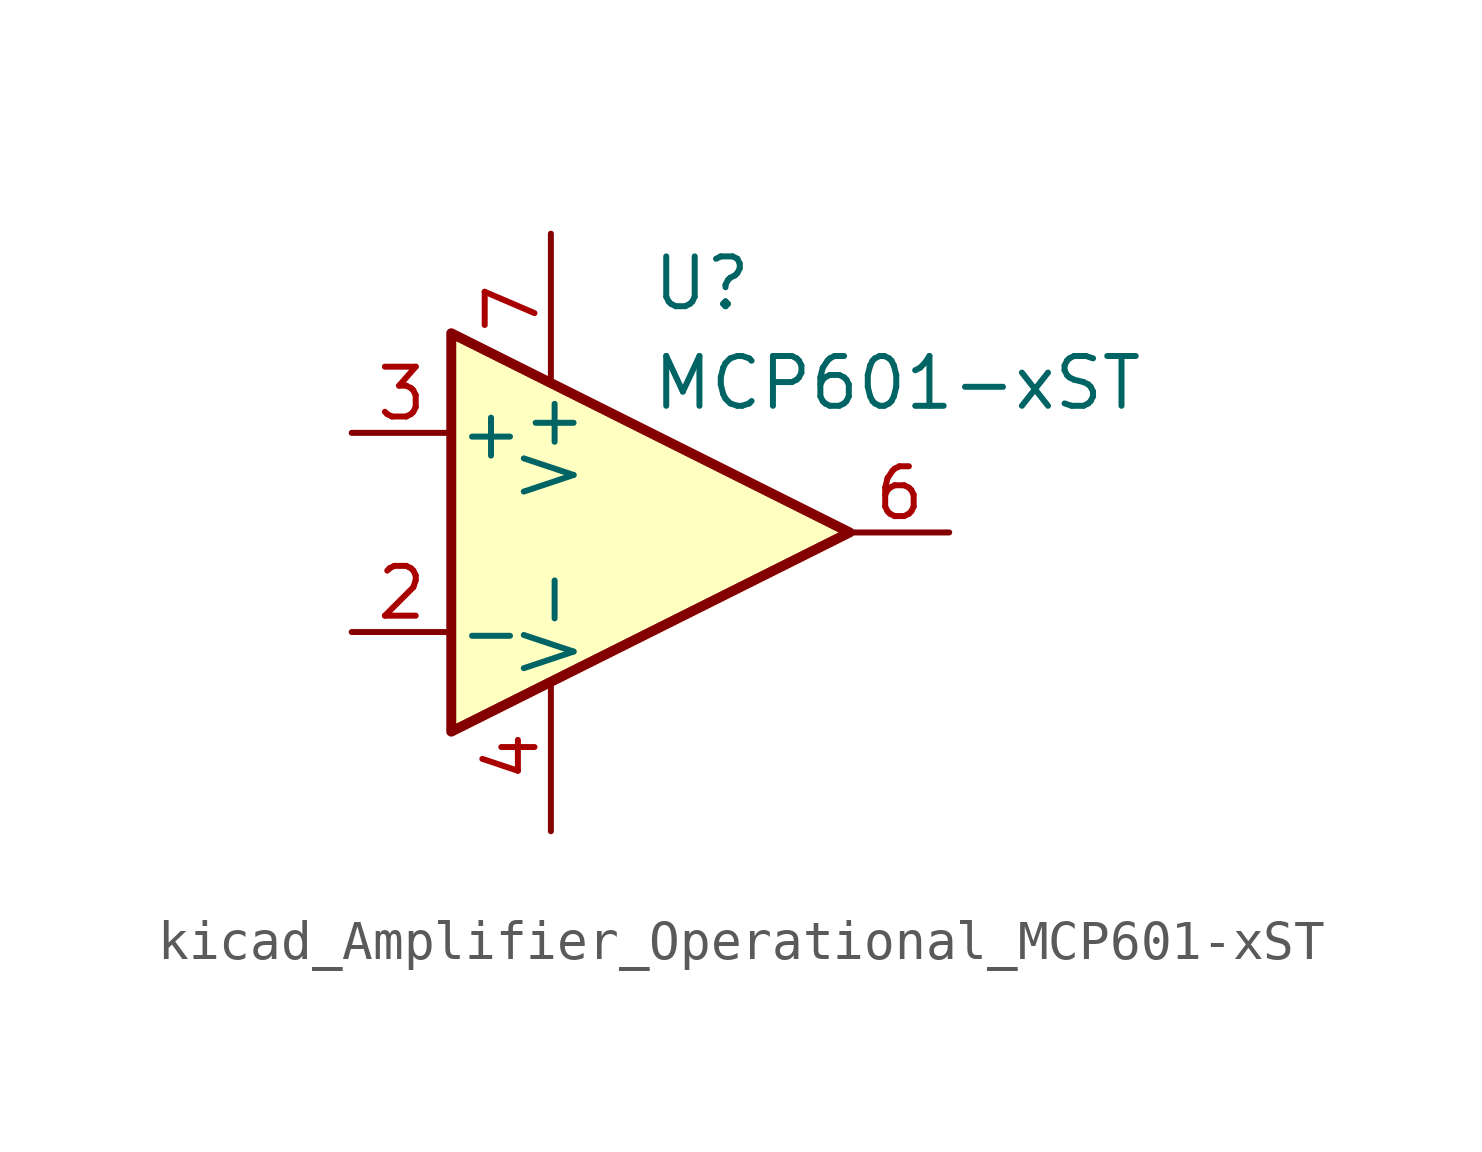
<source format=kicad_sym>
(kicad_symbol_lib
  (version 20220914)
  (generator kicad_symbol_editor)
  (symbol "kicad_Amplifier_Operational_MCP601-xST"
    (pin_names
      (offset 0.127))
    (property "Reference" "U"
      (at 0 6.35 0)
      (effects (font (size 1.27 1.27)) (justify left)))
    (property "Value" "MCP601-xST"
      (at 0 3.81 0)
      (effects (font (size 1.27 1.27)) (justify left)))
    (symbol "kicad_Amplifier_Operational_MCP601-xST_0_1"
      (polyline (pts (xy -5.08 5.08) (xy 5.08 0) (xy -5.08 -5.08) (xy -5.08 5.08)) (stroke (width 0.254) (type default)) (fill (type background))))
    (symbol "kicad_Amplifier_Operational_MCP601-xST_1_1"
      (pin no_connect line (at -2.54 2.54 270) (length 2.54) hide (name "NC" (effects (font (size 1.27 1.27)))) (number "1" (effects (font (size 1.27 1.27)))))
      (pin input line (at -7.62 -2.54 0) (length 2.54) (name "-" (effects (font (size 1.27 1.27)))) (number "2" (effects (font (size 1.27 1.27)))))
      (pin input line (at -7.62 2.54 0) (length 2.54) (name "+" (effects (font (size 1.27 1.27)))) (number "3" (effects (font (size 1.27 1.27)))))
      (pin power_in line (at -2.54 -7.62 90) (length 3.81) (name "V-" (effects (font (size 1.27 1.27)))) (number "4" (effects (font (size 1.27 1.27)))))
      (pin no_connect line (at 0 2.54 270) (length 2.54) hide (name "NC" (effects (font (size 1.27 1.27)))) (number "5" (effects (font (size 1.27 1.27)))))
      (pin output line (at 7.62 0 180) (length 2.54) (name "~" (effects (font (size 1.27 1.27)))) (number "6" (effects (font (size 1.27 1.27)))))
      (pin power_in line (at -2.54 7.62 270) (length 3.81) (name "V+" (effects (font (size 1.27 1.27)))) (number "7" (effects (font (size 1.27 1.27)))))
      (pin no_connect line (at 0 -2.54 90) (length 2.54) hide (name "NC" (effects (font (size 1.27 1.27)))) (number "8" (effects (font (size 1.27 1.27))))))))
</source>
